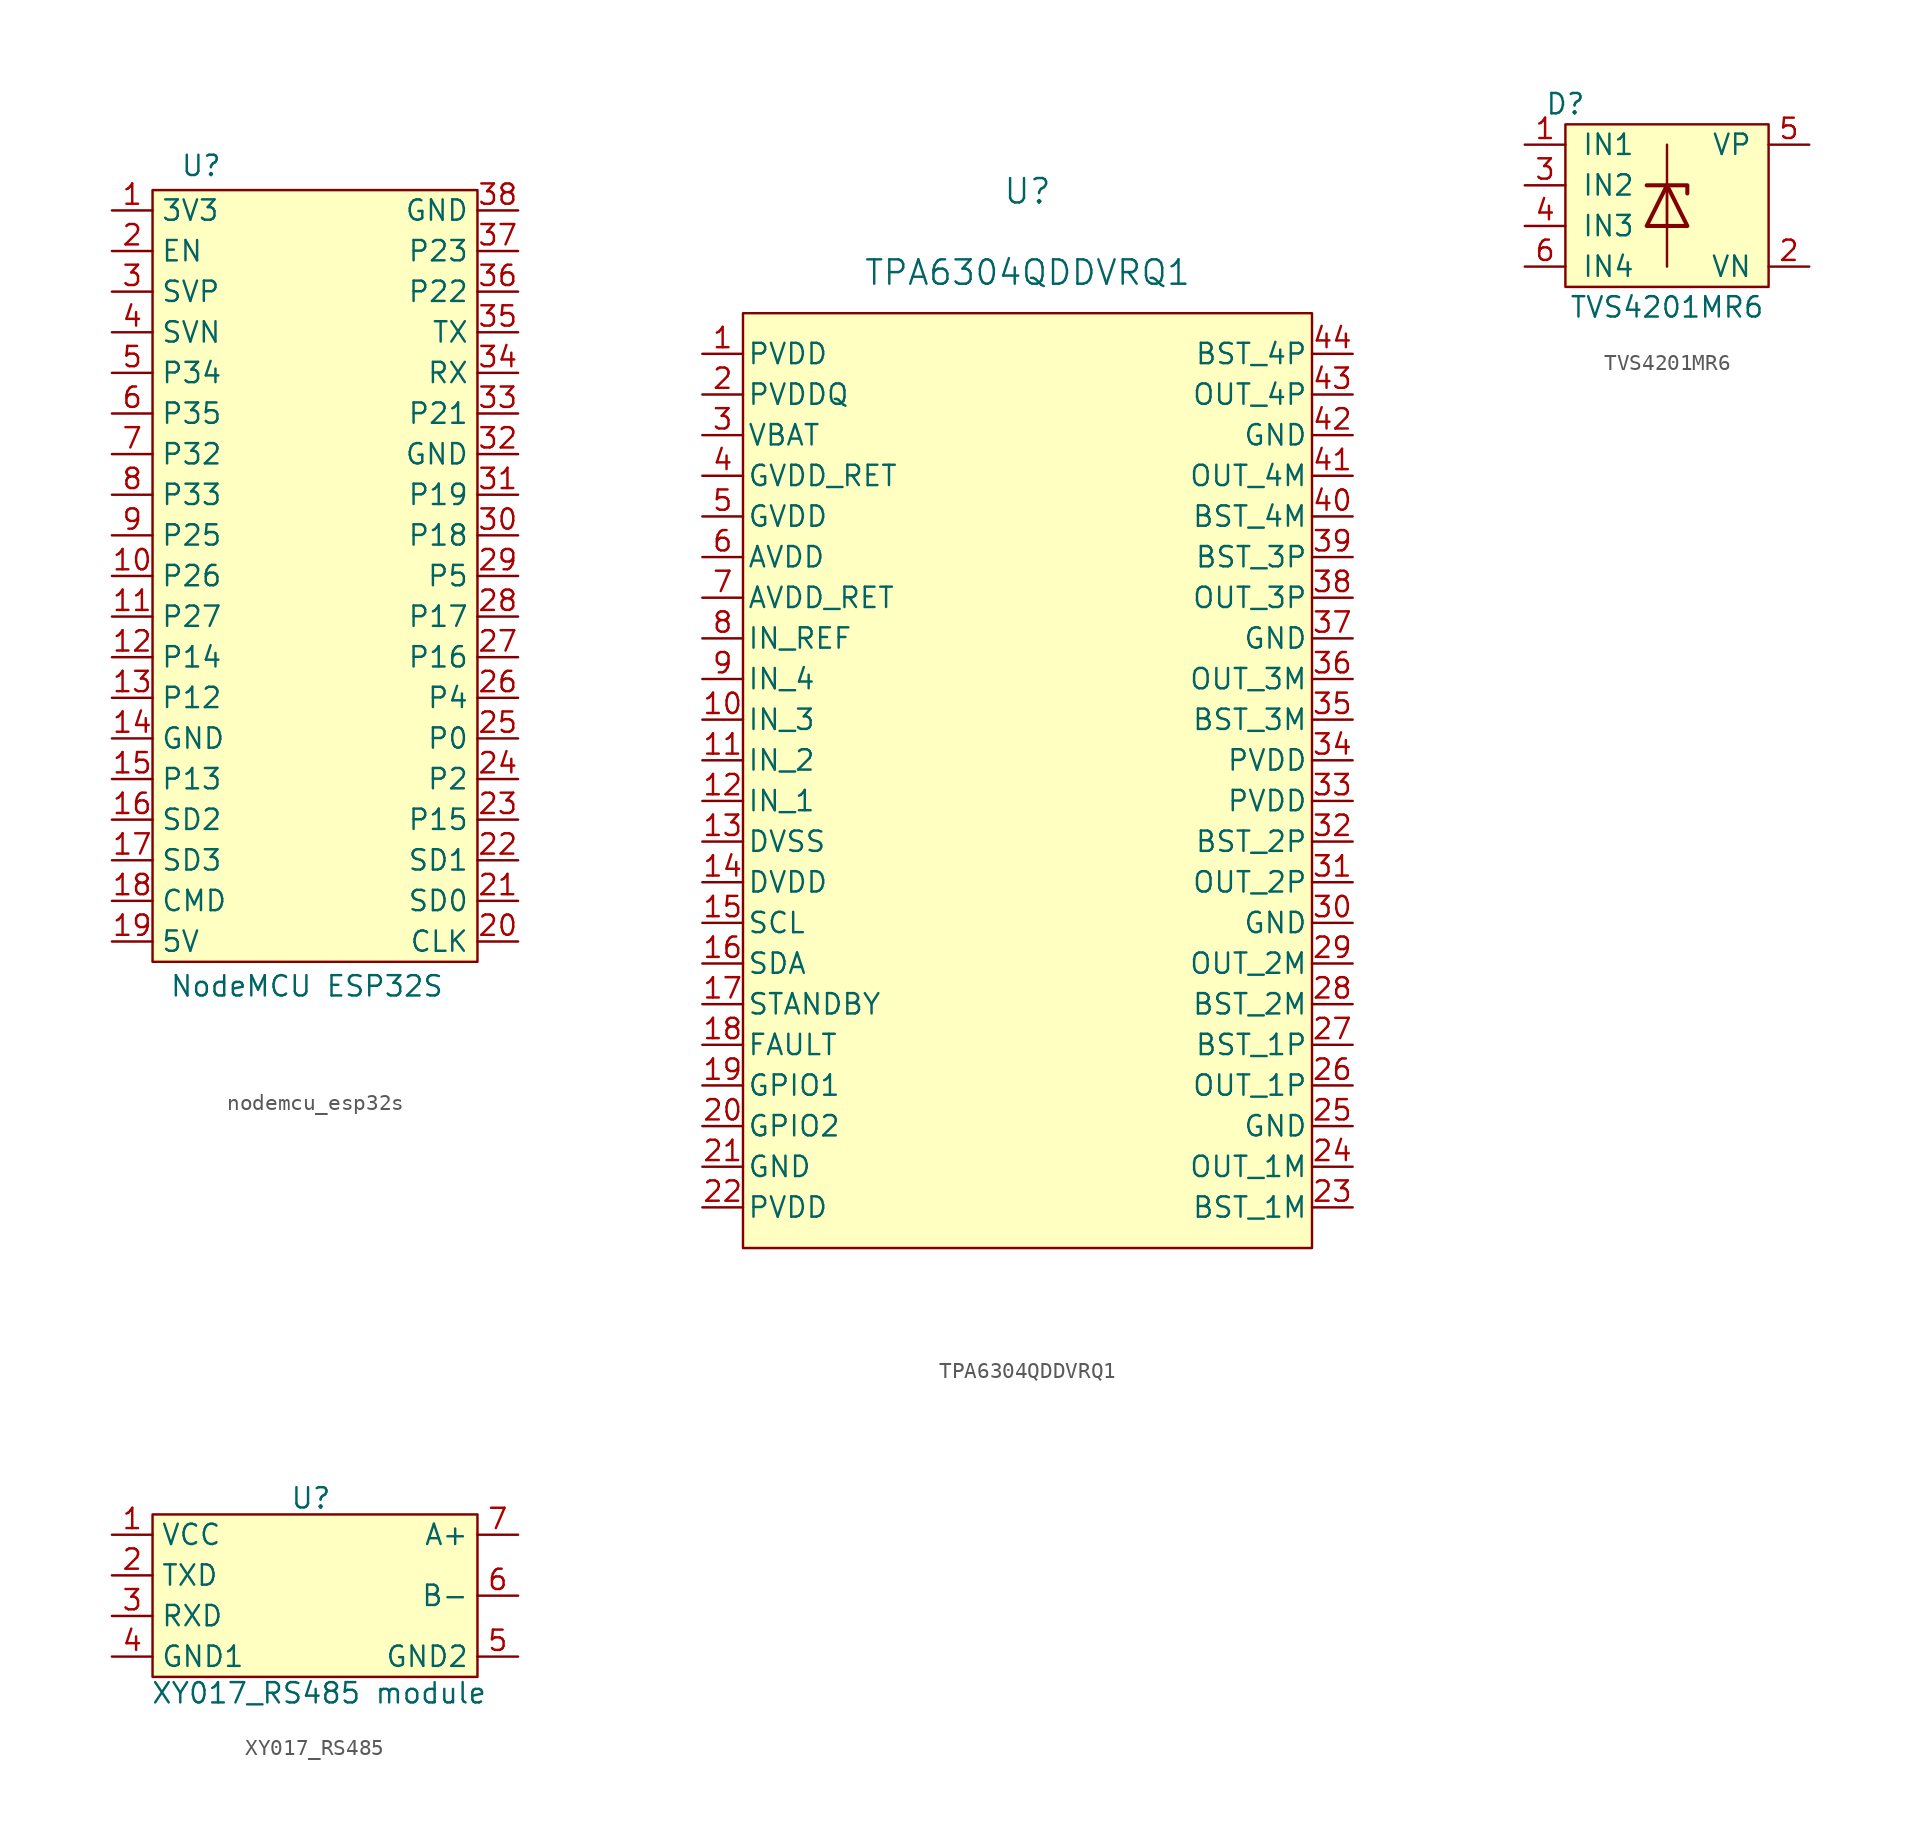
<source format=kicad_sym>
(kicad_symbol_lib
  (version 20231120)
  (generator "kicad_symbol_editor")
  (generator_version "8.0")
  (symbol "nodemcu_esp32s"
    (property "Reference" "U"
      (at -7.112 23.114 0)
      (effects (font (size 1.27 1.27))))
    (property "Value" "NodeMCU ESP32S"
      (at -0.508 -28.194 0)
      (effects (font (size 1.27 1.27))))
    (symbol "nodemcu_esp32s_1_1"
      (rectangle (start -10.16 21.59) (end 10.16 -26.67) (stroke (width 0) (type default)) (fill (type background)))
      (pin power_in line (at -12.7 20.32 0) (length 2.54) (name "3V3" (effects (font (size 1.27 1.27)))) (number "1" (effects (font (size 1.27 1.27)))))
      (pin input line (at -12.7 -2.54 0) (length 2.54) (name "P26" (effects (font (size 1.27 1.27)))) (number "10" (effects (font (size 1.27 1.27)))))
      (pin input line (at -12.7 -5.08 0) (length 2.54) (name "P27" (effects (font (size 1.27 1.27)))) (number "11" (effects (font (size 1.27 1.27)))))
      (pin input line (at -12.7 -7.62 0) (length 2.54) (name "P14" (effects (font (size 1.27 1.27)))) (number "12" (effects (font (size 1.27 1.27)))))
      (pin input line (at -12.7 -10.16 0) (length 2.54) (name "P12" (effects (font (size 1.27 1.27)))) (number "13" (effects (font (size 1.27 1.27)))))
      (pin power_in line (at -12.7 -12.7 0) (length 2.54) (name "GND" (effects (font (size 1.27 1.27)))) (number "14" (effects (font (size 1.27 1.27)))))
      (pin input line (at -12.7 -15.24 0) (length 2.54) (name "P13" (effects (font (size 1.27 1.27)))) (number "15" (effects (font (size 1.27 1.27)))))
      (pin input line (at -12.7 -17.78 0) (length 2.54) (name "SD2" (effects (font (size 1.27 1.27)))) (number "16" (effects (font (size 1.27 1.27)))))
      (pin input line (at -12.7 -20.32 0) (length 2.54) (name "SD3" (effects (font (size 1.27 1.27)))) (number "17" (effects (font (size 1.27 1.27)))))
      (pin input line (at -12.7 -22.86 0) (length 2.54) (name "CMD" (effects (font (size 1.27 1.27)))) (number "18" (effects (font (size 1.27 1.27)))))
      (pin power_in line (at -12.7 -25.4 0) (length 2.54) (name "5V" (effects (font (size 1.27 1.27)))) (number "19" (effects (font (size 1.27 1.27)))))
      (pin input line (at -12.7 17.78 0) (length 2.54) (name "EN" (effects (font (size 1.27 1.27)))) (number "2" (effects (font (size 1.27 1.27)))))
      (pin input line (at 12.7 -25.4 180) (length 2.54) (name "CLK" (effects (font (size 1.27 1.27)))) (number "20" (effects (font (size 1.27 1.27)))))
      (pin input line (at 12.7 -22.86 180) (length 2.54) (name "SD0" (effects (font (size 1.27 1.27)))) (number "21" (effects (font (size 1.27 1.27)))))
      (pin input line (at 12.7 -20.32 180) (length 2.54) (name "SD1" (effects (font (size 1.27 1.27)))) (number "22" (effects (font (size 1.27 1.27)))))
      (pin input line (at 12.7 -17.78 180) (length 2.54) (name "P15" (effects (font (size 1.27 1.27)))) (number "23" (effects (font (size 1.27 1.27)))))
      (pin input line (at 12.7 -15.24 180) (length 2.54) (name "P2" (effects (font (size 1.27 1.27)))) (number "24" (effects (font (size 1.27 1.27)))))
      (pin input line (at 12.7 -12.7 180) (length 2.54) (name "P0" (effects (font (size 1.27 1.27)))) (number "25" (effects (font (size 1.27 1.27)))))
      (pin input line (at 12.7 -10.16 180) (length 2.54) (name "P4" (effects (font (size 1.27 1.27)))) (number "26" (effects (font (size 1.27 1.27)))))
      (pin input line (at 12.7 -7.62 180) (length 2.54) (name "P16" (effects (font (size 1.27 1.27)))) (number "27" (effects (font (size 1.27 1.27)))))
      (pin input line (at 12.7 -5.08 180) (length 2.54) (name "P17" (effects (font (size 1.27 1.27)))) (number "28" (effects (font (size 1.27 1.27)))))
      (pin input line (at 12.7 -2.54 180) (length 2.54) (name "P5" (effects (font (size 1.27 1.27)))) (number "29" (effects (font (size 1.27 1.27)))))
      (pin input line (at -12.7 15.24 0) (length 2.54) (name "SVP" (effects (font (size 1.27 1.27)))) (number "3" (effects (font (size 1.27 1.27)))))
      (pin input line (at 12.7 0 180) (length 2.54) (name "P18" (effects (font (size 1.27 1.27)))) (number "30" (effects (font (size 1.27 1.27)))))
      (pin input line (at 12.7 2.54 180) (length 2.54) (name "P19" (effects (font (size 1.27 1.27)))) (number "31" (effects (font (size 1.27 1.27)))))
      (pin power_in line (at 12.7 5.08 180) (length 2.54) (name "GND" (effects (font (size 1.27 1.27)))) (number "32" (effects (font (size 1.27 1.27)))))
      (pin input line (at 12.7 7.62 180) (length 2.54) (name "P21" (effects (font (size 1.27 1.27)))) (number "33" (effects (font (size 1.27 1.27)))))
      (pin input line (at 12.7 10.16 180) (length 2.54) (name "RX" (effects (font (size 1.27 1.27)))) (number "34" (effects (font (size 1.27 1.27)))))
      (pin input line (at 12.7 12.7 180) (length 2.54) (name "TX" (effects (font (size 1.27 1.27)))) (number "35" (effects (font (size 1.27 1.27)))))
      (pin input line (at 12.7 15.24 180) (length 2.54) (name "P22" (effects (font (size 1.27 1.27)))) (number "36" (effects (font (size 1.27 1.27)))))
      (pin input line (at 12.7 17.78 180) (length 2.54) (name "P23" (effects (font (size 1.27 1.27)))) (number "37" (effects (font (size 1.27 1.27)))))
      (pin power_in line (at 12.7 20.32 180) (length 2.54) (name "GND" (effects (font (size 1.27 1.27)))) (number "38" (effects (font (size 1.27 1.27)))))
      (pin input line (at -12.7 12.7 0) (length 2.54) (name "SVN" (effects (font (size 1.27 1.27)))) (number "4" (effects (font (size 1.27 1.27)))))
      (pin input line (at -12.7 10.16 0) (length 2.54) (name "P34" (effects (font (size 1.27 1.27)))) (number "5" (effects (font (size 1.27 1.27)))))
      (pin input line (at -12.7 7.62 0) (length 2.54) (name "P35" (effects (font (size 1.27 1.27)))) (number "6" (effects (font (size 1.27 1.27)))))
      (pin input line (at -12.7 5.08 0) (length 2.54) (name "P32" (effects (font (size 1.27 1.27)))) (number "7" (effects (font (size 1.27 1.27)))))
      (pin input line (at -12.7 2.54 0) (length 2.54) (name "P33" (effects (font (size 1.27 1.27)))) (number "8" (effects (font (size 1.27 1.27)))))
      (pin input line (at -12.7 0 0) (length 2.54) (name "P25" (effects (font (size 1.27 1.27)))) (number "9" (effects (font (size 1.27 1.27)))))))
  (symbol "TPA6304QDDVRQ1"
    (pin_names
      (offset 0.254))
    (property "Reference" "U"
      (at 25.4 10.16 0)
      (effects (font (size 1.524 1.524))))
    (property "Value" "TPA6304QDDVRQ1"
      (at 25.4 5.08 0)
      (effects (font (size 1.524 1.524))))
    (symbol "TPA6304QDDVRQ1_0_1"
      (pin power_in line (at 5.08 0 0) (length 2.54) (name "PVDD" (effects (font (size 1.27 1.27)))) (number "1" (effects (font (size 1.27 1.27)))))
      (pin unspecified line (at 5.08 -22.86 0) (length 2.54) (name "IN_3" (effects (font (size 1.27 1.27)))) (number "10" (effects (font (size 1.27 1.27)))))
      (pin unspecified line (at 5.08 -25.4 0) (length 2.54) (name "IN_2" (effects (font (size 1.27 1.27)))) (number "11" (effects (font (size 1.27 1.27)))))
      (pin unspecified line (at 5.08 -27.94 0) (length 2.54) (name "IN_1" (effects (font (size 1.27 1.27)))) (number "12" (effects (font (size 1.27 1.27)))))
      (pin power_out line (at 5.08 -30.48 0) (length 2.54) (name "DVSS" (effects (font (size 1.27 1.27)))) (number "13" (effects (font (size 1.27 1.27)))))
      (pin power_in line (at 5.08 -33.02 0) (length 2.54) (name "DVDD" (effects (font (size 1.27 1.27)))) (number "14" (effects (font (size 1.27 1.27)))))
      (pin input line (at 5.08 -35.56 0) (length 2.54) (name "SCL" (effects (font (size 1.27 1.27)))) (number "15" (effects (font (size 1.27 1.27)))))
      (pin bidirectional line (at 5.08 -38.1 0) (length 2.54) (name "SDA" (effects (font (size 1.27 1.27)))) (number "16" (effects (font (size 1.27 1.27)))))
      (pin input line (at 5.08 -40.64 0) (length 2.54) (name "STANDBY" (effects (font (size 1.27 1.27)))) (number "17" (effects (font (size 1.27 1.27)))))
      (pin bidirectional line (at 5.08 -43.18 0) (length 2.54) (name "FAULT" (effects (font (size 1.27 1.27)))) (number "18" (effects (font (size 1.27 1.27)))))
      (pin bidirectional line (at 5.08 -45.72 0) (length 2.54) (name "GPIO1" (effects (font (size 1.27 1.27)))) (number "19" (effects (font (size 1.27 1.27)))))
      (pin power_in line (at 5.08 -2.54 0) (length 2.54) (name "PVDDQ" (effects (font (size 1.27 1.27)))) (number "2" (effects (font (size 1.27 1.27)))))
      (pin bidirectional line (at 5.08 -48.26 0) (length 2.54) (name "GPIO2" (effects (font (size 1.27 1.27)))) (number "20" (effects (font (size 1.27 1.27)))))
      (pin power_out line (at 5.08 -50.8 0) (length 2.54) (name "GND" (effects (font (size 1.27 1.27)))) (number "21" (effects (font (size 1.27 1.27)))))
      (pin power_in line (at 5.08 -53.34 0) (length 2.54) (name "PVDD" (effects (font (size 1.27 1.27)))) (number "22" (effects (font (size 1.27 1.27)))))
      (pin power_in line (at 45.72 -53.34 180) (length 2.54) (name "BST_1M" (effects (font (size 1.27 1.27)))) (number "23" (effects (font (size 1.27 1.27)))))
      (pin output line (at 45.72 -50.8 180) (length 2.54) (name "OUT_1M" (effects (font (size 1.27 1.27)))) (number "24" (effects (font (size 1.27 1.27)))))
      (pin power_out line (at 45.72 -48.26 180) (length 2.54) (name "GND" (effects (font (size 1.27 1.27)))) (number "25" (effects (font (size 1.27 1.27)))))
      (pin output line (at 45.72 -45.72 180) (length 2.54) (name "OUT_1P" (effects (font (size 1.27 1.27)))) (number "26" (effects (font (size 1.27 1.27)))))
      (pin power_in line (at 45.72 -43.18 180) (length 2.54) (name "BST_1P" (effects (font (size 1.27 1.27)))) (number "27" (effects (font (size 1.27 1.27)))))
      (pin power_in line (at 45.72 -40.64 180) (length 2.54) (name "BST_2M" (effects (font (size 1.27 1.27)))) (number "28" (effects (font (size 1.27 1.27)))))
      (pin output line (at 45.72 -38.1 180) (length 2.54) (name "OUT_2M" (effects (font (size 1.27 1.27)))) (number "29" (effects (font (size 1.27 1.27)))))
      (pin power_in line (at 5.08 -5.08 0) (length 2.54) (name "VBAT" (effects (font (size 1.27 1.27)))) (number "3" (effects (font (size 1.27 1.27)))))
      (pin power_out line (at 45.72 -35.56 180) (length 2.54) (name "GND" (effects (font (size 1.27 1.27)))) (number "30" (effects (font (size 1.27 1.27)))))
      (pin output line (at 45.72 -33.02 180) (length 2.54) (name "OUT_2P" (effects (font (size 1.27 1.27)))) (number "31" (effects (font (size 1.27 1.27)))))
      (pin power_in line (at 45.72 -30.48 180) (length 2.54) (name "BST_2P" (effects (font (size 1.27 1.27)))) (number "32" (effects (font (size 1.27 1.27)))))
      (pin power_in line (at 45.72 -27.94 180) (length 2.54) (name "PVDD" (effects (font (size 1.27 1.27)))) (number "33" (effects (font (size 1.27 1.27)))))
      (pin power_in line (at 45.72 -25.4 180) (length 2.54) (name "PVDD" (effects (font (size 1.27 1.27)))) (number "34" (effects (font (size 1.27 1.27)))))
      (pin power_in line (at 45.72 -22.86 180) (length 2.54) (name "BST_3M" (effects (font (size 1.27 1.27)))) (number "35" (effects (font (size 1.27 1.27)))))
      (pin output line (at 45.72 -20.32 180) (length 2.54) (name "OUT_3M" (effects (font (size 1.27 1.27)))) (number "36" (effects (font (size 1.27 1.27)))))
      (pin power_out line (at 45.72 -17.78 180) (length 2.54) (name "GND" (effects (font (size 1.27 1.27)))) (number "37" (effects (font (size 1.27 1.27)))))
      (pin output line (at 45.72 -15.24 180) (length 2.54) (name "OUT_3P" (effects (font (size 1.27 1.27)))) (number "38" (effects (font (size 1.27 1.27)))))
      (pin power_in line (at 45.72 -12.7 180) (length 2.54) (name "BST_3P" (effects (font (size 1.27 1.27)))) (number "39" (effects (font (size 1.27 1.27)))))
      (pin power_out line (at 5.08 -7.62 0) (length 2.54) (name "GVDD_RET" (effects (font (size 1.27 1.27)))) (number "4" (effects (font (size 1.27 1.27)))))
      (pin power_in line (at 45.72 -10.16 180) (length 2.54) (name "BST_4M" (effects (font (size 1.27 1.27)))) (number "40" (effects (font (size 1.27 1.27)))))
      (pin output line (at 45.72 -7.62 180) (length 2.54) (name "OUT_4M" (effects (font (size 1.27 1.27)))) (number "41" (effects (font (size 1.27 1.27)))))
      (pin power_out line (at 45.72 -5.08 180) (length 2.54) (name "GND" (effects (font (size 1.27 1.27)))) (number "42" (effects (font (size 1.27 1.27)))))
      (pin output line (at 45.72 -2.54 180) (length 2.54) (name "OUT_4P" (effects (font (size 1.27 1.27)))) (number "43" (effects (font (size 1.27 1.27)))))
      (pin power_in line (at 45.72 0 180) (length 2.54) (name "BST_4P" (effects (font (size 1.27 1.27)))) (number "44" (effects (font (size 1.27 1.27)))))
      (pin power_in line (at 5.08 -10.16 0) (length 2.54) (name "GVDD" (effects (font (size 1.27 1.27)))) (number "5" (effects (font (size 1.27 1.27)))))
      (pin power_in line (at 5.08 -12.7 0) (length 2.54) (name "AVDD" (effects (font (size 1.27 1.27)))) (number "6" (effects (font (size 1.27 1.27)))))
      (pin power_out line (at 5.08 -15.24 0) (length 2.54) (name "AVDD_RET" (effects (font (size 1.27 1.27)))) (number "7" (effects (font (size 1.27 1.27)))))
      (pin unspecified line (at 5.08 -17.78 0) (length 2.54) (name "IN_REF" (effects (font (size 1.27 1.27)))) (number "8" (effects (font (size 1.27 1.27)))))
      (pin unspecified line (at 5.08 -20.32 0) (length 2.54) (name "IN_4" (effects (font (size 1.27 1.27)))) (number "9" (effects (font (size 1.27 1.27))))))
    (symbol "TPA6304QDDVRQ1_1_1"
      (rectangle (start 7.62 2.54) (end 43.18 -55.88) (stroke (width 0) (type default)) (fill (type background)))))
  (symbol "TVS4201MR6"
    (pin_names
      (offset 1.016))
    (property "Reference" "D"
      (at -6.35 6.35 0)
      (effects (font (size 1.27 1.27))))
    (property "Value" "TVS4201MR6"
      (at 0 -6.35 0)
      (effects (font (size 1.27 1.27))))
    (symbol "TVS4201MR6_0_1"
      (rectangle (start -6.35 5.08) (end 6.35 -5.08) (stroke (width 0) (type default)) (fill (type background)))
      (polyline (pts (xy 0 3.81) (xy 0 -3.81)) (stroke (width 0) (type default)) (fill (type none))))
    (symbol "TVS4201MR6_1_1"
      (polyline (pts (xy 0 -1.27) (xy 0 1.27)) (stroke (width 0) (type default)) (fill (type none)))
      (polyline (pts (xy -1.27 1.27) (xy 1.27 1.27) (xy 1.27 0.762)) (stroke (width 0.254) (type default)) (fill (type none)))
      (polyline (pts (xy -1.27 -1.27) (xy 1.27 -1.27) (xy 0 1.27) (xy -1.27 -1.27)) (stroke (width 0.254) (type default)) (fill (type none)))
      (pin input line (at -8.89 3.81 0) (length 2.54) (name "IN1" (effects (font (size 1.27 1.27)))) (number "1" (effects (font (size 1.27 1.27)))))
      (pin input line (at 8.89 -3.81 180) (length 2.54) (name "VN" (effects (font (size 1.27 1.27)))) (number "2" (effects (font (size 1.27 1.27)))))
      (pin input line (at -8.89 1.27 0) (length 2.54) (name "IN2" (effects (font (size 1.27 1.27)))) (number "3" (effects (font (size 1.27 1.27)))))
      (pin input line (at -8.89 -1.27 0) (length 2.54) (name "IN3" (effects (font (size 1.27 1.27)))) (number "4" (effects (font (size 1.27 1.27)))))
      (pin input line (at 8.89 3.81 180) (length 2.54) (name "VP" (effects (font (size 1.27 1.27)))) (number "5" (effects (font (size 1.27 1.27)))))
      (pin input line (at -8.89 -3.81 0) (length 2.54) (name "IN4" (effects (font (size 1.27 1.27)))) (number "6" (effects (font (size 1.27 1.27)))))))
  (symbol "XY017_RS485"
    (property "Reference" "U"
      (at -0.254 4.826 0)
      (effects (font (size 1.27 1.27))))
    (property "Value" "XY017_RS485 module"
      (at 0.254 -7.366 0)
      (effects (font (size 1.27 1.27))))
    (symbol "XY017_RS485_1_1"
      (rectangle (start -10.16 3.81) (end 10.16 -6.35) (stroke (width 0) (type default)) (fill (type background)))
      (pin input line (at -12.7 2.54 0) (length 2.54) (name "VCC" (effects (font (size 1.27 1.27)))) (number "1" (effects (font (size 1.27 1.27)))))
      (pin input line (at -12.7 0 0) (length 2.54) (name "TXD" (effects (font (size 1.27 1.27)))) (number "2" (effects (font (size 1.27 1.27)))))
      (pin input line (at -12.7 -2.54 0) (length 2.54) (name "RXD" (effects (font (size 1.27 1.27)))) (number "3" (effects (font (size 1.27 1.27)))))
      (pin input line (at -12.7 -5.08 0) (length 2.54) (name "GND1" (effects (font (size 1.27 1.27)))) (number "4" (effects (font (size 1.27 1.27)))))
      (pin input line (at 12.7 -5.08 180) (length 2.54) (name "GND2" (effects (font (size 1.27 1.27)))) (number "5" (effects (font (size 1.27 1.27)))))
      (pin input line (at 12.7 -1.27 180) (length 2.54) (name "B-" (effects (font (size 1.27 1.27)))) (number "6" (effects (font (size 1.27 1.27)))))
      (pin input line (at 12.7 2.54 180) (length 2.54) (name "A+" (effects (font (size 1.27 1.27)))) (number "7" (effects (font (size 1.27 1.27))))))))
</source>
